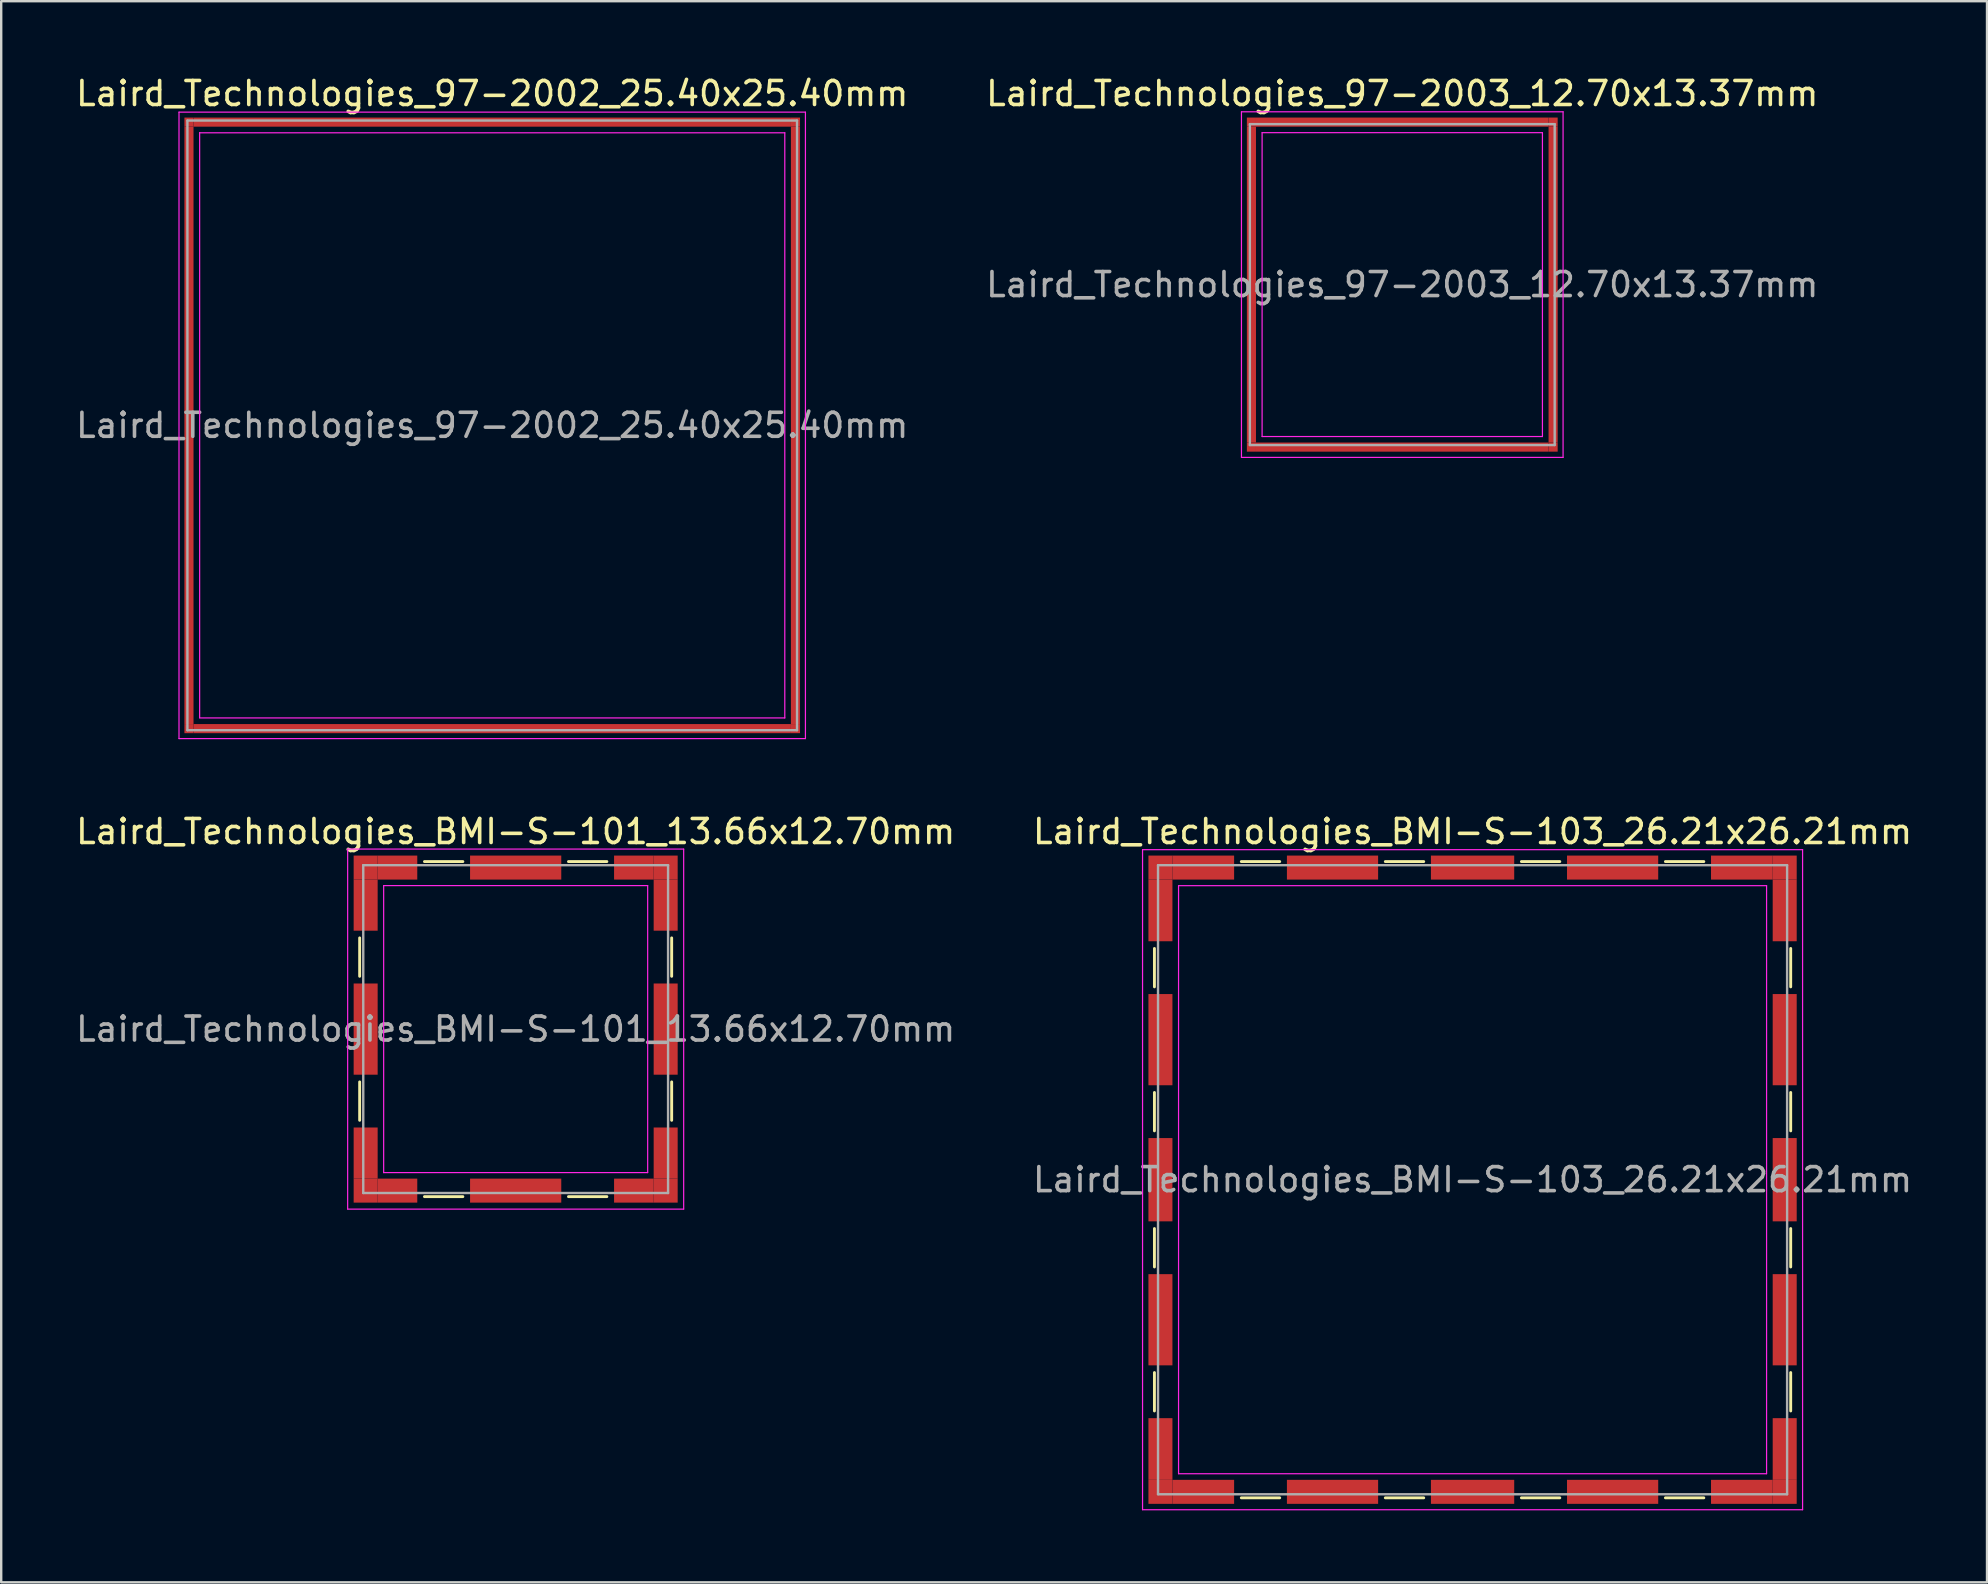
<source format=kicad_pcb>
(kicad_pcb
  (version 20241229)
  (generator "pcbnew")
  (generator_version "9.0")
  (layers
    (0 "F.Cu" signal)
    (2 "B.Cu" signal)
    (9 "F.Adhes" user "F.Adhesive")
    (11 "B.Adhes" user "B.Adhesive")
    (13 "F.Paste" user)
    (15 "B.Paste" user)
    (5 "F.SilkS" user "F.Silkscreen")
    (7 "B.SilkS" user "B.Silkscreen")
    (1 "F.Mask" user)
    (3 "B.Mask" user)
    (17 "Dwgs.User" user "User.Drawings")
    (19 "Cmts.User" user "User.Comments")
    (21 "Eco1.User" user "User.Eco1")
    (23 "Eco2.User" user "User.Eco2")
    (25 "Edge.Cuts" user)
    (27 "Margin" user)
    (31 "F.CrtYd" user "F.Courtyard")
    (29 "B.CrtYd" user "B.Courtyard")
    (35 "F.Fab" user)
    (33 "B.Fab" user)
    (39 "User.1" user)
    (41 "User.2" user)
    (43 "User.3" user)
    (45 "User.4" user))
  (footprint "Laird_Technologies_BMI-S-103_26.21x26.21mm"
    (layer "F.Cu")
    (at 58.304 46.102)
    (property "Reference" "Laird_Technologies_BMI-S-103_26.21x26.21mm" (at 0 -14.505 0) (layer "F.SilkS") (effects (font (size 1 1) (thickness 0.15))))
    (attr smd)
    (fp_line (start -13.255 -9.635) (end -13.255 -8.035) (stroke (width 0.12) (type solid)) (layer "F.SilkS"))
    (fp_line (start -13.255 -3.635) (end -13.255 -2.035) (stroke (width 0.12) (type solid)) (layer "F.SilkS"))
    (fp_line (start -13.255 2.035) (end -13.255 3.635) (stroke (width 0.12) (type solid)) (layer "F.SilkS"))
    (fp_line (start -13.255 8.035) (end -13.255 9.635) (stroke (width 0.12) (type solid)) (layer "F.SilkS"))
    (fp_line (start -9.635 -13.255) (end -8.035 -13.255) (stroke (width 0.12) (type solid)) (layer "F.SilkS"))
    (fp_line (start -9.635 13.255) (end -8.035 13.255) (stroke (width 0.12) (type solid)) (layer "F.SilkS"))
    (fp_line (start -3.635 -13.255) (end -2.035 -13.255) (stroke (width 0.12) (type solid)) (layer "F.SilkS"))
    (fp_line (start -3.635 13.255) (end -2.035 13.255) (stroke (width 0.12) (type solid)) (layer "F.SilkS"))
    (fp_line (start 2.035 -13.255) (end 3.635 -13.255) (stroke (width 0.12) (type solid)) (layer "F.SilkS"))
    (fp_line (start 2.035 13.255) (end 3.635 13.255) (stroke (width 0.12) (type solid)) (layer "F.SilkS"))
    (fp_line (start 8.035 -13.255) (end 9.635 -13.255) (stroke (width 0.12) (type solid)) (layer "F.SilkS"))
    (fp_line (start 8.035 13.255) (end 9.635 13.255) (stroke (width 0.12) (type solid)) (layer "F.SilkS"))
    (fp_line (start 13.255 -9.635) (end 13.255 -8.035) (stroke (width 0.12) (type solid)) (layer "F.SilkS"))
    (fp_line (start 13.255 -3.635) (end 13.255 -2.035) (stroke (width 0.12) (type solid)) (layer "F.SilkS"))
    (fp_line (start 13.255 2.035) (end 13.255 3.635) (stroke (width 0.12) (type solid)) (layer "F.SilkS"))
    (fp_line (start 13.255 8.035) (end 13.255 9.635) (stroke (width 0.12) (type solid)) (layer "F.SilkS"))
    (fp_line (start -13.75 -13.75) (end -13.75 13.75) (stroke (width 0.05) (type solid)) (layer "F.CrtYd"))
    (fp_line (start -13.75 13.75) (end 13.75 13.75) (stroke (width 0.05) (type solid)) (layer "F.CrtYd"))
    (fp_line (start -12.25 -12.25) (end -12.25 12.25) (stroke (width 0.05) (type solid)) (layer "F.CrtYd"))
    (fp_line (start 12.25 -12.25) (end -12.25 -12.25) (stroke (width 0.05) (type solid)) (layer "F.CrtYd"))
    (fp_line (start 12.25 -12.25) (end 12.25 12.25) (stroke (width 0.05) (type solid)) (layer "F.CrtYd"))
    (fp_line (start 12.25 12.25) (end -12.25 12.25) (stroke (width 0.05) (type solid)) (layer "F.CrtYd"))
    (fp_line (start 13.75 -13.75) (end -13.75 -13.75) (stroke (width 0.05) (type solid)) (layer "F.CrtYd"))
    (fp_line (start 13.75 13.75) (end 13.75 -13.75) (stroke (width 0.05) (type solid)) (layer "F.CrtYd"))
    (fp_line (start -13.105 -13.105) (end -13.105 13.105) (stroke (width 0.1) (type solid)) (layer "F.Fab"))
    (fp_line (start -13.105 13.105) (end 13.105 13.105) (stroke (width 0.1) (type solid)) (layer "F.Fab"))
    (fp_line (start 13.105 -13.105) (end -13.105 -13.105) (stroke (width 0.1) (type solid)) (layer "F.Fab"))
    (fp_line (start 13.105 13.105) (end 13.105 -13.105) (stroke (width 0.1) (type solid)) (layer "F.Fab"))
    (fp_text user "${REFERENCE}" (at 0 0 0) (layer "F.Fab") (effects (font (size 1 1) (thickness 0.15))))
    (pad "1" smd rect (at -13.005 -13.005) (size 1 1) (layers "F.Cu" "F.Mask" "F.Paste"))
    (pad "1" smd rect (at -13.005 -11.22) (size 1 2.57) (layers "F.Cu" "F.Mask" "F.Paste"))
    (pad "1" smd rect (at -13.005 -5.835) (size 1 3.8) (layers "F.Cu" "F.Mask" "F.Paste"))
    (pad "1" smd rect (at -13.005 0) (size 1 3.47) (layers "F.Cu" "F.Mask" "F.Paste"))
    (pad "1" smd rect (at -13.005 5.835) (size 1 3.8) (layers "F.Cu" "F.Mask" "F.Paste"))
    (pad "1" smd rect (at -13.005 11.22) (size 1 2.57) (layers "F.Cu" "F.Mask" "F.Paste"))
    (pad "1" smd rect (at -13.005 13.005) (size 1 1) (layers "F.Cu" "F.Mask" "F.Paste"))
    (pad "1" smd rect (at -11.22 -13.005) (size 2.57 1) (layers "F.Cu" "F.Mask" "F.Paste"))
    (pad "1" smd rect (at -11.22 13.005) (size 2.57 1) (layers "F.Cu" "F.Mask" "F.Paste"))
    (pad "1" smd rect (at -5.835 -13.005) (size 3.8 1) (layers "F.Cu" "F.Mask" "F.Paste"))
    (pad "1" smd rect (at -5.835 13.005) (size 3.8 1) (layers "F.Cu" "F.Mask" "F.Paste"))
    (pad "1" smd rect (at 0 -13.005) (size 3.47 1) (layers "F.Cu" "F.Mask" "F.Paste"))
    (pad "1" smd rect (at 0 13.005) (size 3.47 1) (layers "F.Cu" "F.Mask" "F.Paste"))
    (pad "1" smd rect (at 5.835 -13.005) (size 3.8 1) (layers "F.Cu" "F.Mask" "F.Paste"))
    (pad "1" smd rect (at 5.835 13.005) (size 3.8 1) (layers "F.Cu" "F.Mask" "F.Paste"))
    (pad "1" smd rect (at 11.22 -13.005) (size 2.57 1) (layers "F.Cu" "F.Mask" "F.Paste"))
    (pad "1" smd rect (at 11.22 13.005) (size 2.57 1) (layers "F.Cu" "F.Mask" "F.Paste"))
    (pad "1" smd rect (at 13.005 -13.005) (size 1 1) (layers "F.Cu" "F.Mask" "F.Paste"))
    (pad "1" smd rect (at 13.005 -11.22) (size 1 2.57) (layers "F.Cu" "F.Mask" "F.Paste"))
    (pad "1" smd rect (at 13.005 -5.835) (size 1 3.8) (layers "F.Cu" "F.Mask" "F.Paste"))
    (pad "1" smd rect (at 13.005 0) (size 1 3.47) (layers "F.Cu" "F.Mask" "F.Paste"))
    (pad "1" smd rect (at 13.005 5.835) (size 1 3.8) (layers "F.Cu" "F.Mask" "F.Paste"))
    (pad "1" smd rect (at 13.005 11.22) (size 1 2.57) (layers "F.Cu" "F.Mask" "F.Paste"))
    (pad "1" smd rect (at 13.005 13.005) (size 1 1) (layers "F.Cu" "F.Mask" "F.Paste")))
  (footprint "Laird_Technologies_BMI-S-101_13.66x12.70mm"
    (layer "F.Cu")
    (at 18.435 39.827)
    (property "Reference" "Laird_Technologies_BMI-S-101_13.66x12.70mm" (at 0 -8.23 0) (layer "F.SilkS") (effects (font (size 1 1) (thickness 0.15))))
    (attr smd)
    (fp_line (start -6.5 -3.8) (end -6.5 -2.2) (stroke (width 0.12) (type solid)) (layer "F.SilkS"))
    (fp_line (start -6.5 2.2) (end -6.5 3.8) (stroke (width 0.12) (type solid)) (layer "F.SilkS"))
    (fp_line (start -3.8 -6.98) (end -2.2 -6.98) (stroke (width 0.12) (type solid)) (layer "F.SilkS"))
    (fp_line (start -3.8 6.98) (end -2.2 6.98) (stroke (width 0.12) (type solid)) (layer "F.SilkS"))
    (fp_line (start 2.2 -6.98) (end 3.8 -6.98) (stroke (width 0.12) (type solid)) (layer "F.SilkS"))
    (fp_line (start 2.2 6.98) (end 3.8 6.98) (stroke (width 0.12) (type solid)) (layer "F.SilkS"))
    (fp_line (start 6.5 -3.8) (end 6.5 -2.2) (stroke (width 0.12) (type solid)) (layer "F.SilkS"))
    (fp_line (start 6.5 2.2) (end 6.5 3.8) (stroke (width 0.12) (type solid)) (layer "F.SilkS"))
    (fp_line (start -7 -7.5) (end -7 7.5) (stroke (width 0.05) (type solid)) (layer "F.CrtYd"))
    (fp_line (start -7 7.5) (end 7 7.5) (stroke (width 0.05) (type solid)) (layer "F.CrtYd"))
    (fp_line (start -5.5 -5.98) (end -5.5 5.98) (stroke (width 0.05) (type solid)) (layer "F.CrtYd"))
    (fp_line (start 5.5 -5.98) (end -5.5 -5.98) (stroke (width 0.05) (type solid)) (layer "F.CrtYd"))
    (fp_line (start 5.5 -5.98) (end 5.5 5.98) (stroke (width 0.05) (type solid)) (layer "F.CrtYd"))
    (fp_line (start 5.5 5.98) (end -5.5 5.98) (stroke (width 0.05) (type solid)) (layer "F.CrtYd"))
    (fp_line (start 7 -7.5) (end -7 -7.5) (stroke (width 0.05) (type solid)) (layer "F.CrtYd"))
    (fp_line (start 7 7.5) (end 7 -7.5) (stroke (width 0.05) (type solid)) (layer "F.CrtYd"))
    (fp_line (start -6.35 -6.83) (end -6.35 6.83) (stroke (width 0.1) (type solid)) (layer "F.Fab"))
    (fp_line (start -6.35 6.83) (end 6.35 6.83) (stroke (width 0.1) (type solid)) (layer "F.Fab"))
    (fp_line (start 6.35 -6.83) (end -6.35 -6.83) (stroke (width 0.1) (type solid)) (layer "F.Fab"))
    (fp_line (start 6.35 6.83) (end 6.35 -6.83) (stroke (width 0.1) (type solid)) (layer "F.Fab"))
    (fp_text user "${REFERENCE}" (at 0 0 0) (layer "F.Fab") (effects (font (size 1 1) (thickness 0.15))))
    (pad "1" smd rect (at -6.25 -6.73) (size 1 1) (layers "F.Cu" "F.Mask" "F.Paste"))
    (pad "1" smd rect (at -6.25 -5.165) (size 1 2.13) (layers "F.Cu" "F.Mask" "F.Paste"))
    (pad "1" smd rect (at -6.25 0) (size 1 3.8) (layers "F.Cu" "F.Mask" "F.Paste"))
    (pad "1" smd rect (at -6.25 5.165) (size 1 2.13) (layers "F.Cu" "F.Mask" "F.Paste"))
    (pad "1" smd rect (at -6.25 6.73) (size 1 1) (layers "F.Cu" "F.Mask" "F.Paste"))
    (pad "1" smd rect (at -4.925 -6.73) (size 1.65 1) (layers "F.Cu" "F.Mask" "F.Paste"))
    (pad "1" smd rect (at -4.925 6.73) (size 1.65 1) (layers "F.Cu" "F.Mask" "F.Paste"))
    (pad "1" smd rect (at 0 -6.73) (size 3.8 1) (layers "F.Cu" "F.Mask" "F.Paste"))
    (pad "1" smd rect (at 0 6.73) (size 3.8 1) (layers "F.Cu" "F.Mask" "F.Paste"))
    (pad "1" smd rect (at 4.925 -6.73) (size 1.65 1) (layers "F.Cu" "F.Mask" "F.Paste"))
    (pad "1" smd rect (at 4.925 6.73) (size 1.65 1) (layers "F.Cu" "F.Mask" "F.Paste"))
    (pad "1" smd rect (at 6.25 -6.73) (size 1 1) (layers "F.Cu" "F.Mask" "F.Paste"))
    (pad "1" smd rect (at 6.25 -5.165) (size 1 2.13) (layers "F.Cu" "F.Mask" "F.Paste"))
    (pad "1" smd rect (at 6.25 0) (size 1 3.8) (layers "F.Cu" "F.Mask" "F.Paste"))
    (pad "1" smd rect (at 6.25 5.165) (size 1 2.13) (layers "F.Cu" "F.Mask" "F.Paste"))
    (pad "1" smd rect (at 6.25 6.73) (size 1 1) (layers "F.Cu" "F.Mask" "F.Paste")))
  (footprint "Laird_Technologies_97-2003_12.70x13.37mm"
    (layer "F.Cu")
    (at 55.375 8.808)
    (property "Reference" "Laird_Technologies_97-2003_12.70x13.37mm" (at 0 -7.96 0) (layer "F.SilkS") (effects (font (size 1 1) (thickness 0.15))))
    (attr smd)
    (fp_line (start -6.7 -7.2) (end -6.7 7.2) (stroke (width 0.05) (type solid)) (layer "F.CrtYd"))
    (fp_line (start -6.7 7.2) (end 6.7 7.2) (stroke (width 0.05) (type solid)) (layer "F.CrtYd"))
    (fp_line (start -5.84 -6.33) (end -5.84 6.33) (stroke (width 0.05) (type solid)) (layer "F.CrtYd"))
    (fp_line (start 5.84 -6.33) (end -5.84 -6.33) (stroke (width 0.05) (type solid)) (layer "F.CrtYd"))
    (fp_line (start 5.84 -6.33) (end 5.84 6.33) (stroke (width 0.05) (type solid)) (layer "F.CrtYd"))
    (fp_line (start 5.84 6.33) (end -5.84 6.33) (stroke (width 0.05) (type solid)) (layer "F.CrtYd"))
    (fp_line (start 6.7 -7.2) (end -6.7 -7.2) (stroke (width 0.05) (type solid)) (layer "F.CrtYd"))
    (fp_line (start 6.7 7.2) (end 6.7 -7.2) (stroke (width 0.05) (type solid)) (layer "F.CrtYd"))
    (fp_line (start -6.35 -6.685) (end -6.35 6.685) (stroke (width 0.1) (type solid)) (layer "F.Fab"))
    (fp_line (start -6.35 6.685) (end 6.35 6.685) (stroke (width 0.1) (type solid)) (layer "F.Fab"))
    (fp_line (start 6.35 -6.685) (end -6.35 -6.685) (stroke (width 0.1) (type solid)) (layer "F.Fab"))
    (fp_line (start 6.35 6.685) (end 6.35 -6.685) (stroke (width 0.1) (type solid)) (layer "F.Fab"))
    (fp_text user "${REFERENCE}" (at 0 0 0) (layer "F.Fab") (effects (font (size 1 1) (thickness 0.15))))
    (pad "1" smd rect (at -6.285 -6.77) (size 0.38 0.38) (layers "F.Cu" "F.Mask" "F.Paste"))
    (pad "1" smd rect (at -6.285 0) (size 0.38 13.16) (layers "F.Cu" "F.Mask" "F.Paste"))
    (pad "1" smd rect (at -6.285 6.77) (size 0.38 0.38) (layers "F.Cu" "F.Mask" "F.Paste"))
    (pad "1" smd rect (at 0 -6.77) (size 12.19 0.38) (layers "F.Cu" "F.Mask" "F.Paste"))
    (pad "1" smd rect (at 0 6.77) (size 12.19 0.38) (layers "F.Cu" "F.Mask" "F.Paste"))
    (pad "1" smd rect (at 6.285 -6.77) (size 0.38 0.38) (layers "F.Cu" "F.Mask" "F.Paste"))
    (pad "1" smd rect (at 6.285 0) (size 0.38 13.16) (layers "F.Cu" "F.Mask" "F.Paste"))
    (pad "1" smd rect (at 6.285 6.77) (size 0.38 0.38) (layers "F.Cu" "F.Mask" "F.Paste")))
  (footprint "Laird_Technologies_97-2002_25.40x25.40mm"
    (layer "F.Cu")
    (at 17.458 14.673)
    (property "Reference" "Laird_Technologies_97-2002_25.40x25.40mm" (at 0 -13.825 0) (layer "F.SilkS") (effects (font (size 1 1) (thickness 0.15))))
    (attr smd)
    (fp_line (start -13.05 -13.05) (end -13.05 13.05) (stroke (width 0.05) (type solid)) (layer "F.CrtYd"))
    (fp_line (start -13.05 13.05) (end 13.05 13.05) (stroke (width 0.05) (type solid)) (layer "F.CrtYd"))
    (fp_line (start -12.19 -12.2) (end -12.19 12.18) (stroke (width 0.05) (type solid)) (layer "F.CrtYd"))
    (fp_line (start 12.19 -12.19) (end -12.19 -12.19) (stroke (width 0.05) (type solid)) (layer "F.CrtYd"))
    (fp_line (start 12.19 -12.19) (end 12.19 12.19) (stroke (width 0.05) (type solid)) (layer "F.CrtYd"))
    (fp_line (start 12.19 12.19) (end -12.19 12.19) (stroke (width 0.05) (type solid)) (layer "F.CrtYd"))
    (fp_line (start 13.05 -13.05) (end -13.05 -13.05) (stroke (width 0.05) (type solid)) (layer "F.CrtYd"))
    (fp_line (start 13.05 13.05) (end 13.05 -13.05) (stroke (width 0.05) (type solid)) (layer "F.CrtYd"))
    (fp_line (start -12.7 -12.7) (end -12.7 12.7) (stroke (width 0.1) (type solid)) (layer "F.Fab"))
    (fp_line (start -12.7 12.7) (end 12.7 12.7) (stroke (width 0.1) (type solid)) (layer "F.Fab"))
    (fp_line (start 12.7 -12.7) (end -12.7 -12.7) (stroke (width 0.1) (type solid)) (layer "F.Fab"))
    (fp_line (start 12.7 12.7) (end 12.7 -12.7) (stroke (width 0.1) (type solid)) (layer "F.Fab"))
    (fp_text user "${REFERENCE}" (at 0 0 0) (layer "F.Fab") (effects (font (size 1 1) (thickness 0.15))))
    (pad "1" smd rect (at -12.635 -12.635) (size 0.38 0.38) (layers "F.Cu" "F.Mask" "F.Paste"))
    (pad "1" smd rect (at -12.635 0) (size 0.38 24.89) (layers "F.Cu" "F.Mask" "F.Paste"))
    (pad "1" smd rect (at -12.635 12.635) (size 0.38 0.38) (layers "F.Cu" "F.Mask" "F.Paste"))
    (pad "1" smd rect (at 0 -12.635) (size 24.89 0.38) (layers "F.Cu" "F.Mask" "F.Paste"))
    (pad "1" smd rect (at 0 12.635) (size 24.89 0.38) (layers "F.Cu" "F.Mask" "F.Paste"))
    (pad "1" smd rect (at 12.635 -12.635) (size 0.38 0.38) (layers "F.Cu" "F.Mask" "F.Paste"))
    (pad "1" smd rect (at 12.635 0) (size 0.38 24.89) (layers "F.Cu" "F.Mask" "F.Paste"))
    (pad "1" smd rect (at 12.635 12.635) (size 0.38 0.38) (layers "F.Cu" "F.Mask" "F.Paste")))
  (gr_rect
    (start -3 -3)
    (end 79.738 62.877)
    (stroke (width 0.1) (type default))
    (fill no)
    (layer "Edge.Cuts")))
</source>
